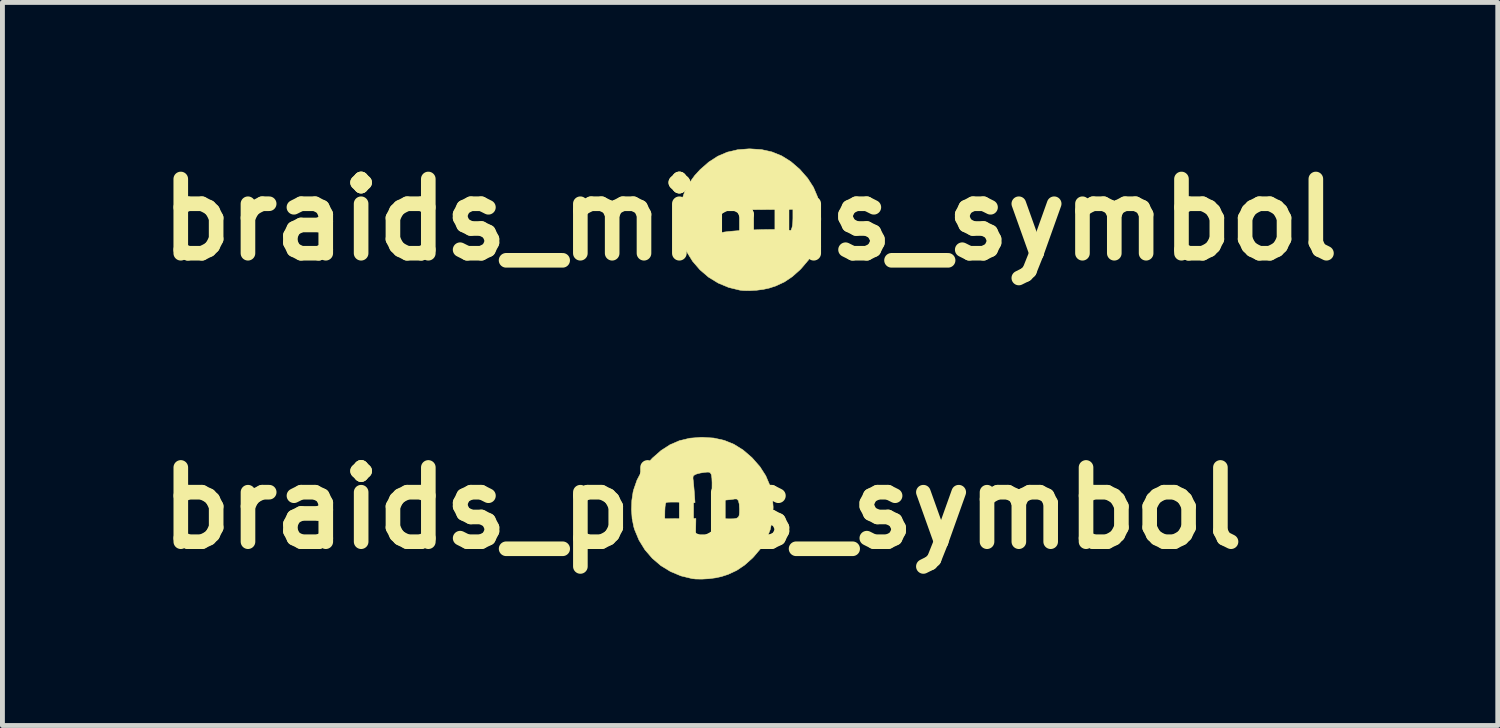
<source format=kicad_pcb>
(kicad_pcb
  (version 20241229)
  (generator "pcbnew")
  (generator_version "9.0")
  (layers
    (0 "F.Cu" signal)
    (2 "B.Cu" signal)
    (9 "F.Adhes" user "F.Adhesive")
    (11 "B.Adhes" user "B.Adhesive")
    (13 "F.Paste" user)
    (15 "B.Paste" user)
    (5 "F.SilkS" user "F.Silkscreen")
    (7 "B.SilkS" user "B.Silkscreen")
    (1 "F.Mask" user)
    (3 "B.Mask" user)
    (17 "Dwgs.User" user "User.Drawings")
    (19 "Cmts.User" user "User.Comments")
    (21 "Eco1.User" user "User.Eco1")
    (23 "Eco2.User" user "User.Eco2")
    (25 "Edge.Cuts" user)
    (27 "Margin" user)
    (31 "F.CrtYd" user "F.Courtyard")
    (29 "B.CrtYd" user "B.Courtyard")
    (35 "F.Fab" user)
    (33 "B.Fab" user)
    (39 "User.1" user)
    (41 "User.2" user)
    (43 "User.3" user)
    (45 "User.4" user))
  (footprint "braids_minus_symbol"
    (layer "F.Cu")
    (at 12.344 1.458)
    (property "Reference" "braids_minus_symbol" (at 0 0 0) (layer "F.SilkS") (effects (font (size 1.524 1.524) (thickness 0.3))))
    (attr through_hole)
    (fp_poly (pts (xy 0.235 -1.438) (xy 0.45 -1.39) (xy 0.649 -1.309) (xy 0.835 -1.193) (xy 1.013 -1.04) (xy 1.026 -1.027) (xy 1.182 -0.849) (xy 1.301 -0.664) (xy 1.384 -0.469) (xy 1.434 -0.258) (xy 1.452 -0.029) (xy 1.452 0) (xy 1.437 0.234) (xy 1.391 0.446) (xy 1.313 0.641) (xy 1.201 0.824) (xy 1.052 1) (xy 1.026 1.027) (xy 0.867 1.169) (xy 0.705 1.278) (xy 0.529 1.36) (xy 0.391 1.405) (xy 0.271 1.431) (xy 0.132 1.449) (xy -0.009 1.457) (xy -0.138 1.455) (xy -0.209 1.447) (xy -0.44 1.391) (xy -0.655 1.301) (xy -0.853 1.18) (xy -1.028 1.03) (xy -1.179 0.855) (xy -1.301 0.657) (xy -1.392 0.439) (xy -1.409 0.381) (xy -1.442 0.214) (xy -1.455 0.029) (xy -1.451 -0.075) (xy -0.839 -0.075) (xy -0.837 0.002) (xy -0.834 0.054) (xy -0.828 0.139) (xy -0.822 0.211) (xy -0.815 0.259) (xy -0.811 0.274) (xy -0.78 0.289) (xy -0.723 0.291) (xy -0.648 0.282) (xy -0.585 0.266) (xy -0.529 0.254) (xy -0.441 0.243) (xy -0.327 0.233) (xy -0.195 0.223) (xy -0.051 0.215) (xy 0.097 0.209) (xy 0.244 0.204) (xy 0.382 0.202) (xy 0.504 0.202) (xy 0.6 0.206) (xy 0.839 0.22) (xy 0.859 0.167) (xy 0.869 0.123) (xy 0.876 0.053) (xy 0.879 -0.029) (xy 0.879 -0.048) (xy 0.879 -0.211) (xy 0.048 -0.205) (xy -0.165 -0.203) (xy -0.342 -0.2) (xy -0.486 -0.198) (xy -0.6 -0.195) (xy -0.686 -0.191) (xy -0.748 -0.187) (xy -0.789 -0.181) (xy -0.811 -0.175) (xy -0.815 -0.173) (xy -0.829 -0.155) (xy -0.837 -0.125) (xy -0.839 -0.075) (xy -1.451 -0.075) (xy -1.448 -0.158) (xy -1.422 -0.332) (xy -1.409 -0.381) (xy -1.342 -0.574) (xy -1.253 -0.745) (xy -1.137 -0.905) (xy -1.026 -1.026) (xy -0.848 -1.182) (xy -0.664 -1.301) (xy -0.468 -1.385) (xy -0.256 -1.435) (xy -0.025 -1.453) (xy 0 -1.453) (xy 0.235 -1.438)) (stroke (width 0.01) (type solid)) (fill yes) (layer "F.SilkS")))
  (footprint "braids_plus_symbol"
    (layer "F.Cu")
    (at 11.365 7.378)
    (property "Reference" "braids_plus_symbol" (at 0 0 0) (layer "F.SilkS") (effects (font (size 1.524 1.524) (thickness 0.3))))
    (attr through_hole)
    (fp_poly (pts (xy 0.235 -1.438) (xy 0.45 -1.39) (xy 0.649 -1.309) (xy 0.835 -1.193) (xy 1.013 -1.04) (xy 1.026 -1.027) (xy 1.182 -0.849) (xy 1.301 -0.664) (xy 1.384 -0.469) (xy 1.434 -0.258) (xy 1.452 -0.029) (xy 1.452 0) (xy 1.437 0.234) (xy 1.391 0.446) (xy 1.313 0.641) (xy 1.201 0.824) (xy 1.052 1) (xy 1.026 1.027) (xy 0.867 1.169) (xy 0.705 1.278) (xy 0.529 1.36) (xy 0.391 1.405) (xy 0.271 1.431) (xy 0.132 1.449) (xy -0.009 1.457) (xy -0.138 1.455) (xy -0.209 1.447) (xy -0.44 1.391) (xy -0.655 1.301) (xy -0.853 1.18) (xy -1.028 1.03) (xy -1.179 0.855) (xy -1.301 0.657) (xy -1.392 0.439) (xy -1.409 0.381) (xy -1.441 0.218) (xy -0.772 0.218) (xy -0.452 0.216) (xy -0.133 0.213) (xy -0.137 0.453) (xy -0.139 0.548) (xy -0.14 0.629) (xy -0.14 0.688) (xy -0.139 0.716) (xy -0.139 0.717) (xy -0.129 0.735) (xy -0.101 0.747) (xy -0.047 0.755) (xy 0.038 0.759) (xy 0.074 0.76) (xy 0.217 0.762) (xy 0.189 0.212) (xy 0.443 0.218) (xy 0.561 0.221) (xy 0.646 0.219) (xy 0.703 0.208) (xy 0.737 0.187) (xy 0.755 0.15) (xy 0.761 0.095) (xy 0.762 0.019) (xy 0.756 -0.085) (xy 0.739 -0.153) (xy 0.709 -0.186) (xy 0.667 -0.188) (xy 0.632 -0.182) (xy 0.571 -0.174) (xy 0.498 -0.167) (xy 0.414 -0.159) (xy 0.331 -0.15) (xy 0.277 -0.143) (xy 0.193 -0.132) (xy 0.198 -0.393) (xy 0.199 -0.521) (xy 0.195 -0.613) (xy 0.187 -0.674) (xy 0.178 -0.7) (xy 0.161 -0.725) (xy 0.139 -0.737) (xy 0.1 -0.739) (xy 0.034 -0.732) (xy 0.033 -0.732) (xy -0.042 -0.72) (xy -0.11 -0.703) (xy -0.144 -0.69) (xy -0.176 -0.67) (xy -0.191 -0.648) (xy -0.193 -0.609) (xy -0.187 -0.56) (xy -0.18 -0.492) (xy -0.172 -0.402) (xy -0.164 -0.307) (xy -0.163 -0.285) (xy -0.151 -0.112) (xy -0.436 -0.121) (xy -0.539 -0.124) (xy -0.628 -0.124) (xy -0.697 -0.122) (xy -0.737 -0.118) (xy -0.744 -0.116) (xy -0.757 -0.088) (xy -0.766 -0.024) (xy -0.77 0.058) (xy -0.772 0.218) (xy -1.441 0.218) (xy -1.442 0.214) (xy -1.455 0.029) (xy -1.448 -0.158) (xy -1.422 -0.332) (xy -1.409 -0.381) (xy -1.342 -0.574) (xy -1.253 -0.745) (xy -1.137 -0.905) (xy -1.026 -1.026) (xy -0.848 -1.182) (xy -0.664 -1.301) (xy -0.468 -1.385) (xy -0.256 -1.435) (xy -0.025 -1.453) (xy 0 -1.453) (xy 0.235 -1.438)) (stroke (width 0.01) (type solid)) (fill yes) (layer "F.SilkS")))
  (gr_rect
    (start -3 -3)
    (end 27.689 11.84)
    (stroke (width 0.1) (type default))
    (fill no)
    (layer "Edge.Cuts")))
</source>
